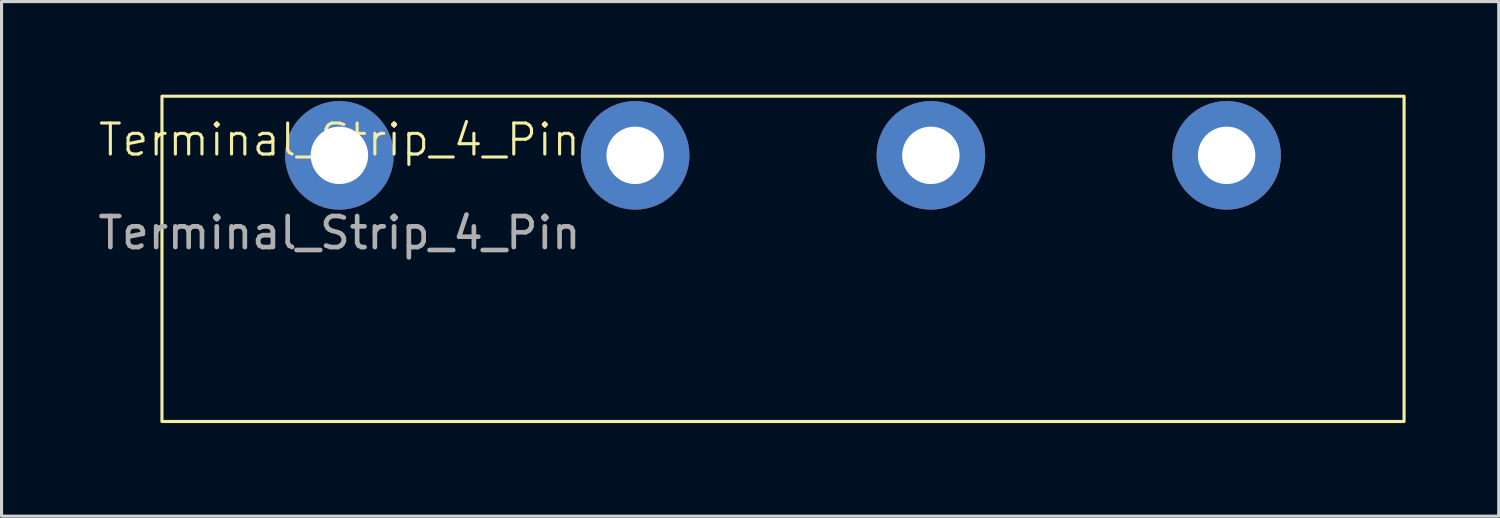
<source format=kicad_pcb>
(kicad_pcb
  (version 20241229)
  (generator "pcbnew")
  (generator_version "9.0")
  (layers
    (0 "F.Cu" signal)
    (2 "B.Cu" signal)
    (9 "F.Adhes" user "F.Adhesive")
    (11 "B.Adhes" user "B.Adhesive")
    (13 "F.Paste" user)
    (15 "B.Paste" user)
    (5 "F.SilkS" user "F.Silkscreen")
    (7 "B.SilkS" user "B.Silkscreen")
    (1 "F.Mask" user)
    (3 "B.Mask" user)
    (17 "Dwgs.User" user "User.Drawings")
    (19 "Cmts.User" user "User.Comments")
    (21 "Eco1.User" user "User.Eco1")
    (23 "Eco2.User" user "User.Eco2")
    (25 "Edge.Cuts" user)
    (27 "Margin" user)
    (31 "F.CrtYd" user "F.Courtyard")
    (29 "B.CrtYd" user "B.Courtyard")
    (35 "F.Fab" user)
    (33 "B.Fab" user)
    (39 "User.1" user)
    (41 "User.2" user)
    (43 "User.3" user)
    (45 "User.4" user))
  (footprint "Terminal_Strip_4_Pin"
    (layer "F.Cu")
    (at 7.887 1.956)
    (property "Reference" "Terminal_Strip_4_Pin" (at 0 -0.5 0) (unlocked yes) (layer "F.SilkS") (effects (font (size 1 1) (thickness 0.1))))
    (attr through_hole)
    (fp_rect (start 34.308 8.577) (end -5.718 -1.906) (stroke (width 0.1) (type default)) (fill no) (layer "F.SilkS"))
    (fp_text user "${REFERENCE}" (at 0 2.5 0) (unlocked yes) (layer "F.Fab") (effects (font (size 1 1) (thickness 0.15))))
    (pad "1" thru_hole circle (at 0 0) (size 3.5 3.5) (drill 1.85) (layers "*.Cu" "*.Mask"))
    (pad "2" thru_hole circle (at 9.53 0) (size 3.5 3.5) (drill 1.85) (layers "*.Cu" "*.Mask"))
    (pad "3" thru_hole circle (at 19.06 0) (size 3.5 3.5) (drill 1.85) (layers "*.Cu" "*.Mask"))
    (pad "4" thru_hole circle (at 28.59 0) (size 3.5 3.5) (drill 1.85) (layers "*.Cu" "*.Mask")))
  (gr_rect
    (start -3 -3)
    (end 45.245 13.583)
    (stroke (width 0.1) (type default))
    (fill no)
    (layer "Edge.Cuts")))
</source>
